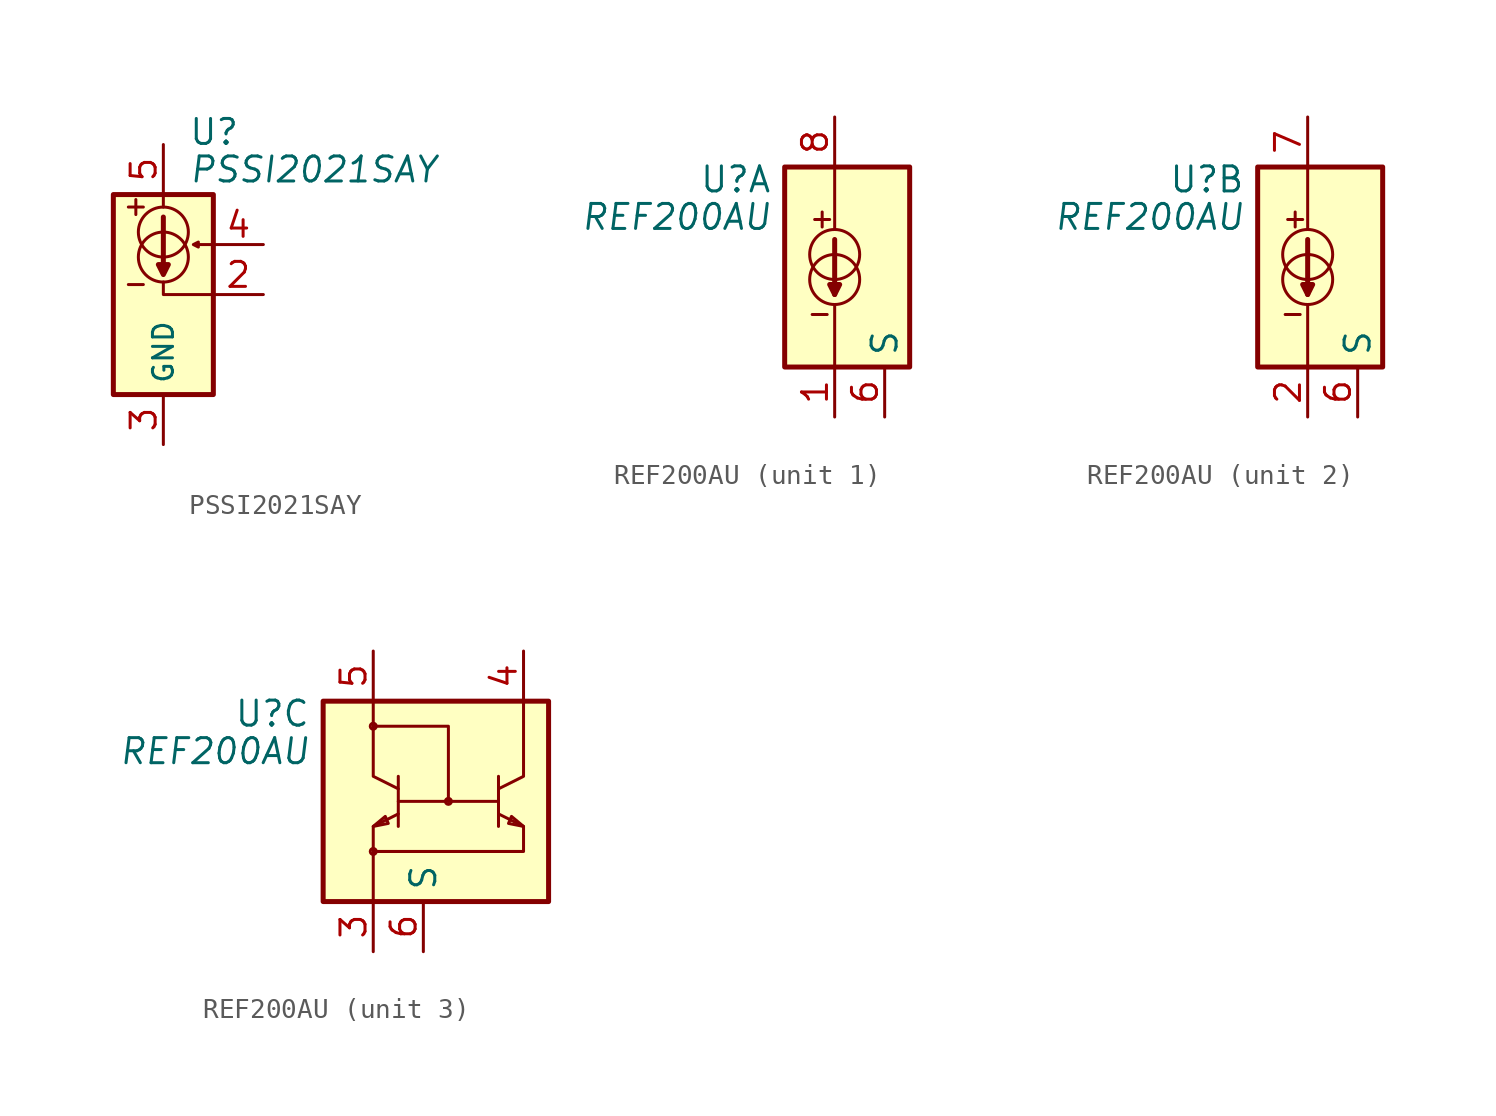
<source format=kicad_sym>
(kicad_symbol_lib
  (version 20220914)
  (generator kicad_symbol_editor)
  (symbol "PSSI2021SAY"
    (property "Reference" "U"
      (at 1.27 8.255 0)
      (effects (font (size 1.27 1.27)) (justify left)))
    (property "Value" "PSSI2021SAY"
      (at 1.27 6.35 0)
      (effects (font (size 1.27 1.27) italic) (justify left)))
    (symbol "PSSI2021SAY_0_1"
      (pin power_out line (at 5.08 0 180) (length 2.54) (name "~" (effects (font (size 1.27 1.27)))) (number "2" (effects (font (size 1.27 1.27))))))
    (symbol "PSSI2021SAY_1_1"
      (rectangle (start -2.54 5.08) (end 2.54 -5.08) (stroke (width 0.254) (type default)) (fill (type background)))
      (polyline (pts (xy -1.778 0.508) (xy -1.016 0.508)) (stroke (width 0) (type default)) (fill (type none)))
      (polyline (pts (xy -1.778 4.445) (xy -1.016 4.445)) (stroke (width 0) (type default)) (fill (type none)))
      (polyline (pts (xy -1.397 4.826) (xy -1.397 4.064)) (stroke (width 0) (type default)) (fill (type none)))
      (polyline (pts (xy 0 3.937) (xy 0 1.143)) (stroke (width 0.254) (type default)) (fill (type none)))
      (polyline (pts (xy 0 5.08) (xy 0 4.445)) (stroke (width 0) (type default)) (fill (type none)))
      (polyline (pts (xy 2.54 0) (xy 0 0) (xy 0 0.635)) (stroke (width 0) (type default)) (fill (type none)))
      (polyline (pts (xy 0 1.016) (xy -0.254 1.524) (xy 0.254 1.524) (xy 0 1.016)) (stroke (width 0.254) (type default)) (fill (type none)))
      (polyline (pts (xy 2.54 2.54) (xy 1.778 2.54) (xy 1.778 2.667) (xy 1.524 2.54) (xy 1.778 2.413) (xy 1.778 2.54)) (stroke (width 0) (type default)) (fill (type none)))
      (circle (center 0 1.905) (radius 1.27) (stroke (width 0) (type default)) (fill (type none)))
      (circle (center 0 3.175) (radius 1.27) (stroke (width 0) (type default)) (fill (type none)))
      (pin no_connect line (at -2.54 -2.54 0) (length 2.54) hide (name "NC" (effects (font (size 1.27 1.27)))) (number "1" (effects (font (size 1.27 1.27)))))
      (pin power_in line (at 0 -7.62 90) (length 2.54) (name "GND" (effects (font (size 1.016 1.016)))) (number "3" (effects (font (size 1.27 1.27)))))
      (pin passive line (at 5.08 2.54 180) (length 2.54) (name "~" (effects (font (size 1.27 1.27)))) (number "4" (effects (font (size 1.27 1.27)))))
      (pin power_in line (at 0 7.62 270) (length 2.54) (name "~" (effects (font (size 1.27 1.27)))) (number "5" (effects (font (size 1.27 1.27)))))))
  (symbol "REF200AU"
    (property "Reference" "U"
      (at -3.175 4.445 0)
      (effects (font (size 1.27 1.27)) (justify right)))
    (property "Value" "REF200AU"
      (at -3.175 2.54 0)
      (effects (font (size 1.27 1.27) italic) (justify right)))
    (property "ki_locked" ""
      (at 0 0 0)
      (effects (font (size 1.27 1.27))))
    (symbol "REF200AU_0_1"
      (pin passive line (at 2.54 -7.62 90) (length 2.54) (name "S" (effects (font (size 1.27 1.27)))) (number "6" (effects (font (size 1.27 1.27))))))
    (symbol "REF200AU_1_1"
      (rectangle (start -2.54 5.08) (end 3.81 -5.08) (stroke (width 0.254) (type default)) (fill (type background)))
      (circle (center 0 -0.635) (radius 1.27) (stroke (width 0) (type default)) (fill (type none)))
      (polyline (pts (xy -1.143 -2.413) (xy -0.381 -2.413)) (stroke (width 0) (type default)) (fill (type none)))
      (polyline (pts (xy -1.016 2.413) (xy -0.254 2.413)) (stroke (width 0) (type default)) (fill (type none)))
      (polyline (pts (xy -0.635 2.794) (xy -0.635 2.032)) (stroke (width 0) (type default)) (fill (type none)))
      (polyline (pts (xy 0 -1.905) (xy 0 -5.08)) (stroke (width 0) (type default)) (fill (type none)))
      (polyline (pts (xy 0 1.397) (xy 0 -1.397)) (stroke (width 0.254) (type default)) (fill (type none)))
      (polyline (pts (xy 0 5.08) (xy 0 1.905)) (stroke (width 0) (type default)) (fill (type none)))
      (polyline (pts (xy 0 -1.397) (xy -0.254 -0.889) (xy 0.254 -0.889) (xy 0 -1.397)) (stroke (width 0.254) (type default)) (fill (type none)))
      (circle (center 0 0.635) (radius 1.27) (stroke (width 0) (type default)) (fill (type none)))
      (pin passive line (at 0 -7.62 90) (length 2.54) (name "~" (effects (font (size 1.27 1.27)))) (number "1" (effects (font (size 1.27 1.27)))))
      (pin passive line (at 0 7.62 270) (length 2.54) (name "~" (effects (font (size 1.27 1.27)))) (number "8" (effects (font (size 1.27 1.27))))))
    (symbol "REF200AU_2_1"
      (rectangle (start -2.54 5.08) (end 3.81 -5.08) (stroke (width 0.254) (type default)) (fill (type background)))
      (circle (center 0 -0.635) (radius 1.27) (stroke (width 0) (type default)) (fill (type none)))
      (polyline (pts (xy -1.143 -2.413) (xy -0.381 -2.413)) (stroke (width 0) (type default)) (fill (type none)))
      (polyline (pts (xy -1.016 2.413) (xy -0.254 2.413)) (stroke (width 0) (type default)) (fill (type none)))
      (polyline (pts (xy -0.635 2.794) (xy -0.635 2.032)) (stroke (width 0) (type default)) (fill (type none)))
      (polyline (pts (xy 0 -1.905) (xy 0 -5.08)) (stroke (width 0) (type default)) (fill (type none)))
      (polyline (pts (xy 0 1.397) (xy 0 -1.397)) (stroke (width 0.254) (type default)) (fill (type none)))
      (polyline (pts (xy 0 5.08) (xy 0 1.905)) (stroke (width 0) (type default)) (fill (type none)))
      (polyline (pts (xy 0 -1.397) (xy -0.254 -0.889) (xy 0.254 -0.889) (xy 0 -1.397)) (stroke (width 0.254) (type default)) (fill (type none)))
      (circle (center 0 0.635) (radius 1.27) (stroke (width 0) (type default)) (fill (type none)))
      (pin passive line (at 0 -7.62 90) (length 2.54) (name "~" (effects (font (size 1.27 1.27)))) (number "2" (effects (font (size 1.27 1.27)))))
      (pin passive line (at 0 7.62 270) (length 2.54) (name "~" (effects (font (size 1.27 1.27)))) (number "7" (effects (font (size 1.27 1.27))))))
    (symbol "REF200AU_3_1"
      (rectangle (start -2.54 5.08) (end 8.89 -5.08) (stroke (width 0.254) (type default)) (fill (type background)))
      (circle (center 0 -2.54) (radius 0.152) (stroke (width 0) (type default)) (fill (type none)))
      (polyline (pts (xy 0 3.81) (xy 0 5.08)) (stroke (width 0) (type default)) (fill (type none)))
      (polyline (pts (xy 1.27 -1.27) (xy 1.27 1.27)) (stroke (width 0) (type default)) (fill (type none)))
      (polyline (pts (xy 1.27 0) (xy 6.35 0)) (stroke (width 0) (type default)) (fill (type none)))
      (polyline (pts (xy 6.35 1.27) (xy 6.35 -1.27)) (stroke (width 0) (type default)) (fill (type none)))
      (polyline (pts (xy 0 -5.08) (xy 0 -1.27) (xy 1.27 -0.635)) (stroke (width 0) (type default)) (fill (type none)))
      (polyline (pts (xy 0 3.81) (xy 3.81 3.81) (xy 3.81 0)) (stroke (width 0) (type default)) (fill (type none)))
      (polyline (pts (xy 1.27 0.635) (xy 0 1.27) (xy 0 3.81)) (stroke (width 0) (type default)) (fill (type none)))
      (polyline (pts (xy 7.62 5.08) (xy 7.62 1.27) (xy 6.35 0.635)) (stroke (width 0) (type default)) (fill (type none)))
      (polyline (pts (xy 0 -1.27) (xy 0.61 -0.762) (xy 0.762 -1.118) (xy 0 -1.27)) (stroke (width 0) (type default)) (fill (type none)))
      (polyline (pts (xy 6.35 -0.635) (xy 7.62 -1.27) (xy 7.62 -2.54) (xy 0 -2.54)) (stroke (width 0) (type default)) (fill (type none)))
      (polyline (pts (xy 7.62 -1.27) (xy 7.01 -0.762) (xy 6.858 -1.118) (xy 7.62 -1.27)) (stroke (width 0) (type default)) (fill (type none)))
      (circle (center 0 3.81) (radius 0.152) (stroke (width 0) (type default)) (fill (type none)))
      (circle (center 3.81 0) (radius 0.152) (stroke (width 0) (type default)) (fill (type none)))
      (pin passive line (at 0 -7.62 90) (length 2.54) (name "~" (effects (font (size 1.27 1.27)))) (number "3" (effects (font (size 1.27 1.27)))))
      (pin passive line (at 7.62 7.62 270) (length 2.54) (name "~" (effects (font (size 1.27 1.27)))) (number "4" (effects (font (size 1.27 1.27)))))
      (pin passive line (at 0 7.62 270) (length 2.54) (name "~" (effects (font (size 1.27 1.27)))) (number "5" (effects (font (size 1.27 1.27))))))))
</source>
